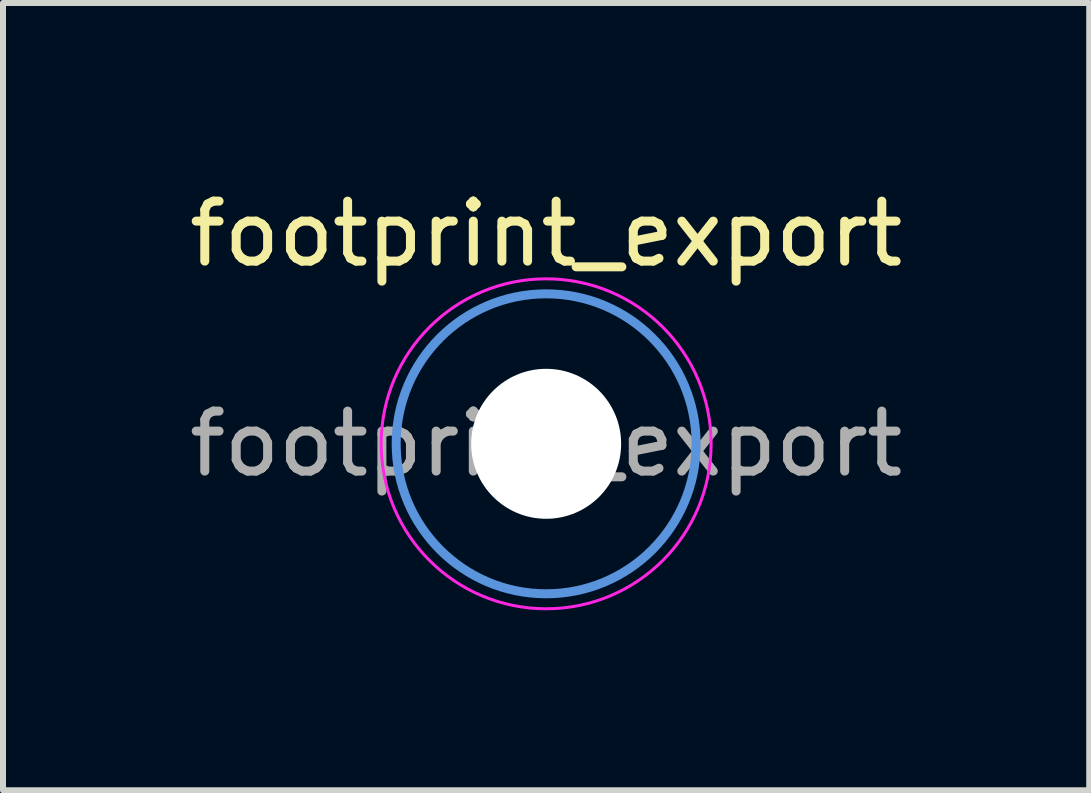
<source format=kicad_pcb>
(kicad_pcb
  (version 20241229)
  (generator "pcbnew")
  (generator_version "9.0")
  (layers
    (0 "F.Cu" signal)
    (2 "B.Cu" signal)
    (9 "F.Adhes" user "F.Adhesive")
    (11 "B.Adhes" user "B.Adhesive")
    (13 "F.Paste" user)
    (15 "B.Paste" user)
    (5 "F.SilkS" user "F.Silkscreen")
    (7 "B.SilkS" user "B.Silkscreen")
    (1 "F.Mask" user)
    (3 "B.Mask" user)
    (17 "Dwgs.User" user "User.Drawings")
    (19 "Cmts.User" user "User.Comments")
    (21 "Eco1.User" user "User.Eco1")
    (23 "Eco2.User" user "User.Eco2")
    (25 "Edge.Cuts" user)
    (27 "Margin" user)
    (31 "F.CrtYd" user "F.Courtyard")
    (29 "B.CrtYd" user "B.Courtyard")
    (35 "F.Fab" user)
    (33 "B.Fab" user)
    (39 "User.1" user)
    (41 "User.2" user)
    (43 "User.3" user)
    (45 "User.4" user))
  (footprint "footprint_export"
    (layer "F.Cu")
    (at 6.054 4.348)
    (property "Reference" "footprint_export" (at 0 -3.5 0) (layer "F.SilkS") (effects (font (size 1 1) (thickness 0.15))))
    (attr exclude_from_pos_files exclude_from_bom)
    (fp_circle (center 0 0) (end 2.5 0) (stroke (width 0.15) (type solid)) (fill no) (layer "Cmts.User"))
    (fp_circle (center 0 0) (end 2.75 0) (stroke (width 0.05) (type solid)) (fill no) (layer "F.CrtYd"))
    (fp_text user "${REFERENCE}" (at 0 0 0) (layer "F.Fab") (effects (font (size 1 1) (thickness 0.15))))
    (pad "" np_thru_hole circle (at 0 0) (size 2.5 2.5) (drill 2.5) (layers "*.Cu" "*.Mask")))
  (gr_rect
    (start -3 -3)
    (end 15.107 10.123)
    (stroke (width 0.1) (type default))
    (fill no)
    (layer "Edge.Cuts")))
</source>
